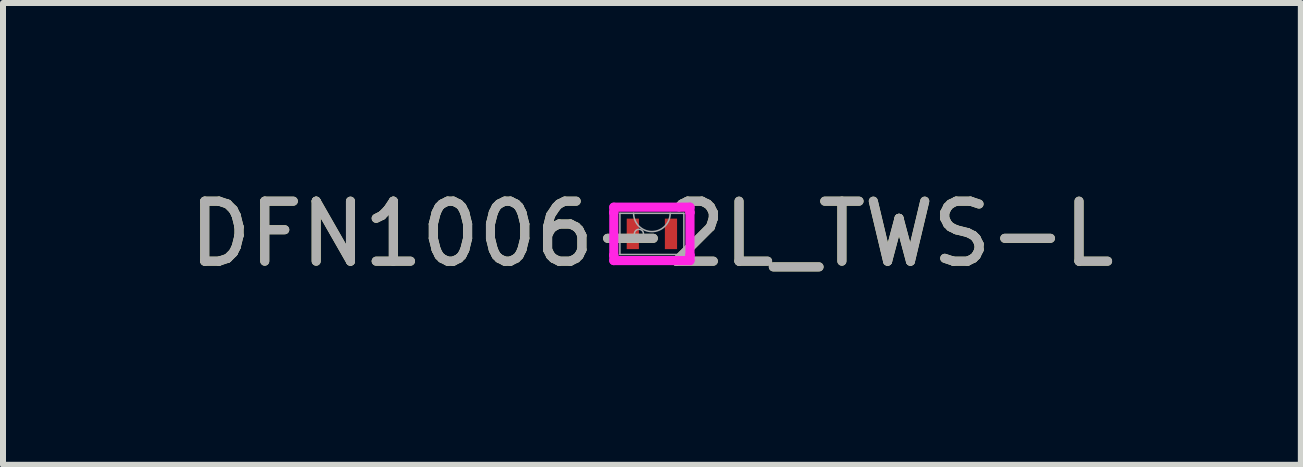
<source format=kicad_pcb>
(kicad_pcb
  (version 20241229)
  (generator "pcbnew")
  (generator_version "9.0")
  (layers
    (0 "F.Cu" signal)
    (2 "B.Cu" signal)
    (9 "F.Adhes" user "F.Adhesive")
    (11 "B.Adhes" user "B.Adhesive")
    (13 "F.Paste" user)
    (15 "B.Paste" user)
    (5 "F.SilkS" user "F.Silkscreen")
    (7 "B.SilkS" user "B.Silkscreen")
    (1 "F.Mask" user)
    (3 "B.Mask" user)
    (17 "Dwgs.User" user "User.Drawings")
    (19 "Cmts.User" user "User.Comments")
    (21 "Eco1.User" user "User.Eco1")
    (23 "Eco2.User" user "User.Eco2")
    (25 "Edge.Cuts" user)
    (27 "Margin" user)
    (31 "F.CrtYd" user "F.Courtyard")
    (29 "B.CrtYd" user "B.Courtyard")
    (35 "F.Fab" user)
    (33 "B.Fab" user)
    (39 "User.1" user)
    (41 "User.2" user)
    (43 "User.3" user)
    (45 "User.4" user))
  (footprint "DFN1006-2L_TWS-L"
    (layer "F.Cu")
    (at 7.815 0.848)
    (property "Reference" "DFN1006-2L_TWS-L" (at 0 0 0) (unlocked yes) (layer "F.SilkS") (effects (font (size 1 1) (thickness 0.15))))
    (attr smd)
    (fp_line (start -0.635 -0.445) (end 0.635 -0.445) (stroke (width 0.152) (type solid)) (layer "F.CrtYd"))
    (fp_line (start -0.635 -0.356) (end -0.635 -0.445) (stroke (width 0.152) (type solid)) (layer "F.CrtYd"))
    (fp_line (start -0.635 -0.356) (end -0.635 -0.356) (stroke (width 0.152) (type solid)) (layer "F.CrtYd"))
    (fp_line (start -0.635 0.356) (end -0.635 -0.356) (stroke (width 0.152) (type solid)) (layer "F.CrtYd"))
    (fp_line (start -0.635 0.356) (end -0.635 0.356) (stroke (width 0.152) (type solid)) (layer "F.CrtYd"))
    (fp_line (start -0.635 0.445) (end -0.635 0.356) (stroke (width 0.152) (type solid)) (layer "F.CrtYd"))
    (fp_line (start 0.635 -0.445) (end 0.635 -0.356) (stroke (width 0.152) (type solid)) (layer "F.CrtYd"))
    (fp_line (start 0.635 -0.356) (end 0.635 -0.356) (stroke (width 0.152) (type solid)) (layer "F.CrtYd"))
    (fp_line (start 0.635 -0.356) (end 0.635 0.356) (stroke (width 0.152) (type solid)) (layer "F.CrtYd"))
    (fp_line (start 0.635 0.356) (end 0.635 0.356) (stroke (width 0.152) (type solid)) (layer "F.CrtYd"))
    (fp_line (start 0.635 0.356) (end 0.635 0.445) (stroke (width 0.152) (type solid)) (layer "F.CrtYd"))
    (fp_line (start 0.635 0.445) (end -0.635 0.445) (stroke (width 0.152) (type solid)) (layer "F.CrtYd"))
    (fp_line (start -0.533 -0.343) (end -0.533 0.343) (stroke (width 0.025) (type solid)) (layer "F.Fab"))
    (fp_line (start -0.533 0.343) (end 0.533 0.343) (stroke (width 0.025) (type solid)) (layer "F.Fab"))
    (fp_line (start 0.533 -0.343) (end -0.533 -0.343) (stroke (width 0.025) (type solid)) (layer "F.Fab"))
    (fp_line (start 0.533 0.343) (end 0.533 -0.343) (stroke (width 0.025) (type solid)) (layer "F.Fab"))
    (fp_arc (start 0.3048 -0.3429) (mid 0 -0.0381) (end -0.3048 -0.3429) (stroke (width 0.0254) (type solid)) (layer "F.Fab"))
    (fp_circle (center -0.216 0) (end -0.14 0) (stroke (width 0.025) (type solid)) (fill no) (layer "F.Fab"))
    (fp_text user "${REFERENCE}" (at 0 0 0) (unlocked yes) (layer "F.Fab") (effects (font (size 1 1) (thickness 0.15))))
    (pad "1" smd rect (at -0.318 0) (size 0.203 0.508) (layers "F.Cu" "F.Mask" "F.Paste"))
    (pad "2" smd rect (at 0.318 0) (size 0.203 0.508) (layers "F.Cu" "F.Mask" "F.Paste")))
  (gr_rect
    (start -3 -3)
    (end 18.631 4.697)
    (stroke (width 0.1) (type default))
    (fill no)
    (layer "Edge.Cuts")))
</source>
